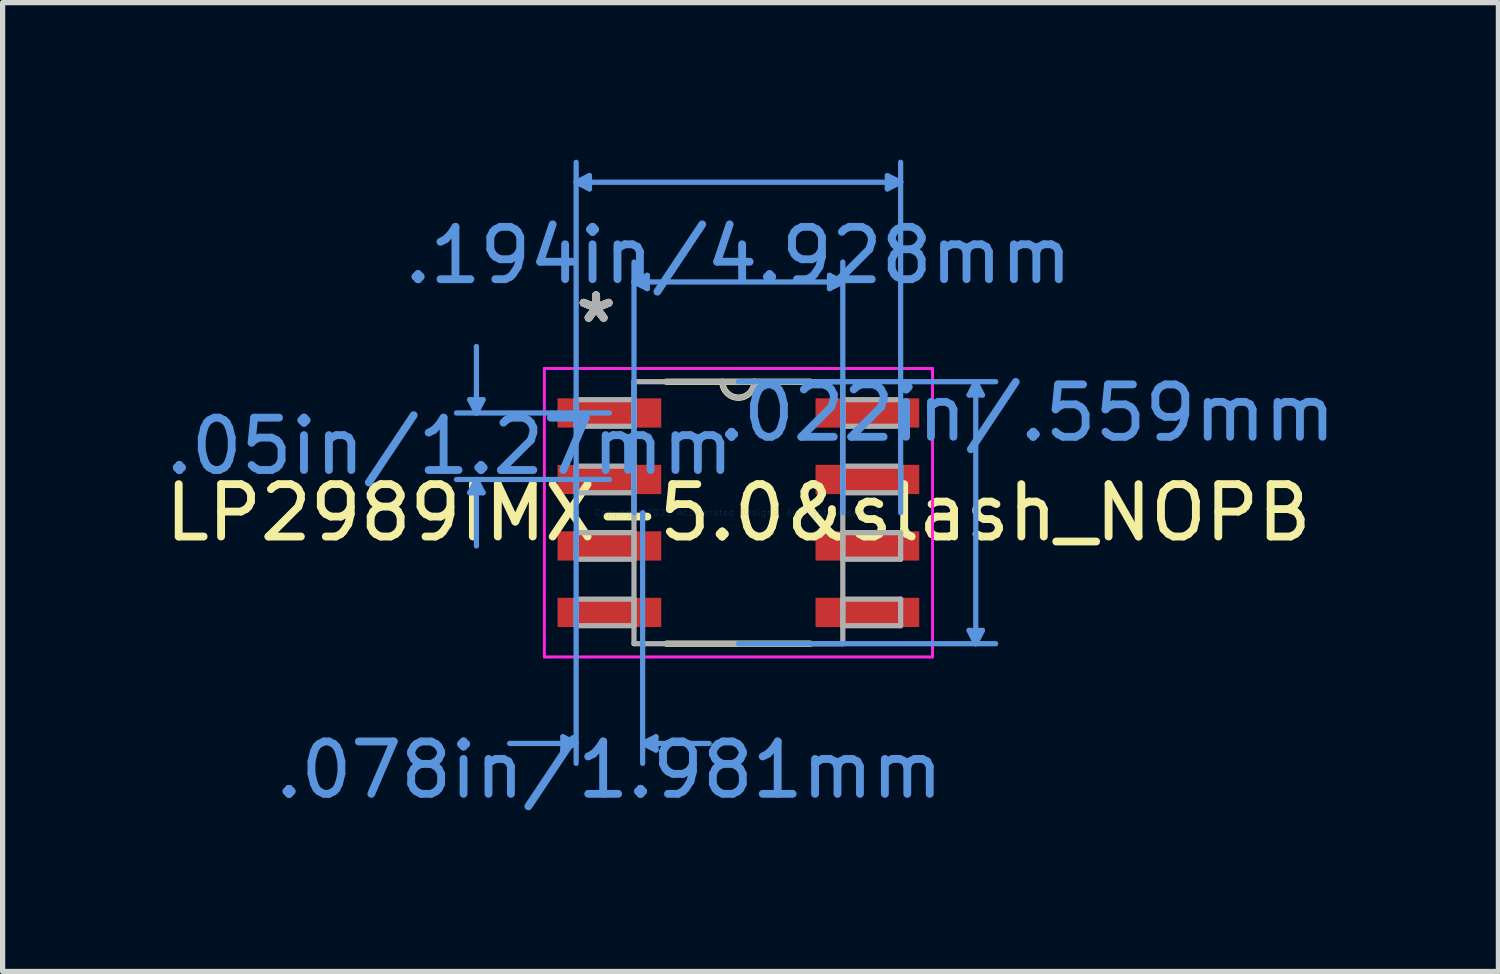
<source format=kicad_pcb>
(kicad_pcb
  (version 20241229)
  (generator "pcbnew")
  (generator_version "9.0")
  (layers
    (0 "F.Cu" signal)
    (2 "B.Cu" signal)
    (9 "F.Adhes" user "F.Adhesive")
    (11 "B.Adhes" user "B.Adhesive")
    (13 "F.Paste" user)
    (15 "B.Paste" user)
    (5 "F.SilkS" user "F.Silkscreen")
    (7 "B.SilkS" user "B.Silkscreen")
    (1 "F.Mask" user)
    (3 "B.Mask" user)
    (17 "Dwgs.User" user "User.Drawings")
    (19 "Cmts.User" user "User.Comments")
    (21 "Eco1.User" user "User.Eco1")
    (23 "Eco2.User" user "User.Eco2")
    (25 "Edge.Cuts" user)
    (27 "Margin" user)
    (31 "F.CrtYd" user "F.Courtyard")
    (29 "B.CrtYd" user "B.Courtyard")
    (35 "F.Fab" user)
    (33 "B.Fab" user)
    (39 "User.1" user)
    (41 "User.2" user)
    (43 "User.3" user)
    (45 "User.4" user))
  (footprint "LP2989IMX-5.0&slash_NOPB"
    (layer "F.Cu")
    (at 11.054 6.743)
    (property "Reference" "LP2989IMX-5.0&slash_NOPB" (at 0 0 0) (layer "F.SilkS") (effects (font (size 1 1) (thickness 0.15))))
    (attr through_hole)
    (fp_line (start -1.374 2.502) (end 1.374 2.502) (stroke (width 0.12) (type solid)) (layer "F.SilkS"))
    (fp_line (start 1.374 -2.502) (end -1.374 -2.502) (stroke (width 0.12) (type solid)) (layer "F.SilkS"))
    (fp_arc (start 0.3048 -2.5019) (mid 0 -2.1971) (end -0.3048 -2.5019) (stroke (width 0.12) (type solid)) (layer "F.SilkS"))
    (fp_line (start -5.131 -2.159) (end -4.877 -2.159) (stroke (width 0.1) (type solid)) (layer "Cmts.User"))
    (fp_line (start -5.131 -0.381) (end -4.877 -0.381) (stroke (width 0.1) (type solid)) (layer "Cmts.User"))
    (fp_line (start -5.004 -1.905) (end -5.131 -2.159) (stroke (width 0.1) (type solid)) (layer "Cmts.User"))
    (fp_line (start -5.004 -1.905) (end -5.004 -3.175) (stroke (width 0.1) (type solid)) (layer "Cmts.User"))
    (fp_line (start -5.004 -1.905) (end -4.877 -2.159) (stroke (width 0.1) (type solid)) (layer "Cmts.User"))
    (fp_line (start -5.004 -0.635) (end -5.131 -0.381) (stroke (width 0.1) (type solid)) (layer "Cmts.User"))
    (fp_line (start -5.004 -0.635) (end -5.004 0.635) (stroke (width 0.1) (type solid)) (layer "Cmts.User"))
    (fp_line (start -5.004 -0.635) (end -4.877 -0.381) (stroke (width 0.1) (type solid)) (layer "Cmts.User"))
    (fp_line (start -3.353 4.28) (end -3.353 4.534) (stroke (width 0.1) (type solid)) (layer "Cmts.User"))
    (fp_line (start -3.099 -6.312) (end -2.845 -6.439) (stroke (width 0.1) (type solid)) (layer "Cmts.User"))
    (fp_line (start -3.099 -6.312) (end -2.845 -6.185) (stroke (width 0.1) (type solid)) (layer "Cmts.User"))
    (fp_line (start -3.099 -6.312) (end 3.099 -6.312) (stroke (width 0.1) (type solid)) (layer "Cmts.User"))
    (fp_line (start -3.099 0) (end -3.099 -6.693) (stroke (width 0.1) (type solid)) (layer "Cmts.User"))
    (fp_line (start -3.099 0) (end -3.099 4.788) (stroke (width 0.1) (type solid)) (layer "Cmts.User"))
    (fp_line (start -3.099 4.407) (end -4.369 4.407) (stroke (width 0.1) (type solid)) (layer "Cmts.User"))
    (fp_line (start -3.099 4.407) (end -3.353 4.28) (stroke (width 0.1) (type solid)) (layer "Cmts.User"))
    (fp_line (start -3.099 4.407) (end -3.353 4.534) (stroke (width 0.1) (type solid)) (layer "Cmts.User"))
    (fp_line (start -2.845 -6.439) (end -2.845 -6.185) (stroke (width 0.1) (type solid)) (layer "Cmts.User"))
    (fp_line (start -2.464 -1.905) (end -5.385 -1.905) (stroke (width 0.1) (type solid)) (layer "Cmts.User"))
    (fp_line (start -2.464 -0.635) (end -5.385 -0.635) (stroke (width 0.1) (type solid)) (layer "Cmts.User"))
    (fp_line (start -1.994 -4.407) (end -1.74 -4.534) (stroke (width 0.1) (type solid)) (layer "Cmts.User"))
    (fp_line (start -1.994 -4.407) (end -1.74 -4.28) (stroke (width 0.1) (type solid)) (layer "Cmts.User"))
    (fp_line (start -1.994 -4.407) (end 1.994 -4.407) (stroke (width 0.1) (type solid)) (layer "Cmts.User"))
    (fp_line (start -1.994 0) (end -1.994 -4.788) (stroke (width 0.1) (type solid)) (layer "Cmts.User"))
    (fp_line (start -1.829 0) (end -1.829 4.788) (stroke (width 0.1) (type solid)) (layer "Cmts.User"))
    (fp_line (start -1.829 4.407) (end -1.575 4.28) (stroke (width 0.1) (type solid)) (layer "Cmts.User"))
    (fp_line (start -1.829 4.407) (end -1.575 4.534) (stroke (width 0.1) (type solid)) (layer "Cmts.User"))
    (fp_line (start -1.829 4.407) (end -0.559 4.407) (stroke (width 0.1) (type solid)) (layer "Cmts.User"))
    (fp_line (start -1.74 -4.534) (end -1.74 -4.28) (stroke (width 0.1) (type solid)) (layer "Cmts.User"))
    (fp_line (start -1.575 4.28) (end -1.575 4.534) (stroke (width 0.1) (type solid)) (layer "Cmts.User"))
    (fp_line (start 0 -2.502) (end 4.915 -2.502) (stroke (width 0.1) (type solid)) (layer "Cmts.User"))
    (fp_line (start 0 2.502) (end 4.915 2.502) (stroke (width 0.1) (type solid)) (layer "Cmts.User"))
    (fp_line (start 1.74 -4.534) (end 1.74 -4.28) (stroke (width 0.1) (type solid)) (layer "Cmts.User"))
    (fp_line (start 1.994 -4.407) (end 1.74 -4.534) (stroke (width 0.1) (type solid)) (layer "Cmts.User"))
    (fp_line (start 1.994 -4.407) (end 1.74 -4.28) (stroke (width 0.1) (type solid)) (layer "Cmts.User"))
    (fp_line (start 1.994 0) (end 1.994 -4.788) (stroke (width 0.1) (type solid)) (layer "Cmts.User"))
    (fp_line (start 2.845 -6.439) (end 2.845 -6.185) (stroke (width 0.1) (type solid)) (layer "Cmts.User"))
    (fp_line (start 3.099 -6.312) (end 2.845 -6.439) (stroke (width 0.1) (type solid)) (layer "Cmts.User"))
    (fp_line (start 3.099 -6.312) (end 2.845 -6.185) (stroke (width 0.1) (type solid)) (layer "Cmts.User"))
    (fp_line (start 3.099 0) (end 3.099 -6.693) (stroke (width 0.1) (type solid)) (layer "Cmts.User"))
    (fp_line (start 4.407 -2.248) (end 4.661 -2.248) (stroke (width 0.1) (type solid)) (layer "Cmts.User"))
    (fp_line (start 4.407 2.248) (end 4.661 2.248) (stroke (width 0.1) (type solid)) (layer "Cmts.User"))
    (fp_line (start 4.534 -2.502) (end 4.407 -2.248) (stroke (width 0.1) (type solid)) (layer "Cmts.User"))
    (fp_line (start 4.534 -2.502) (end 4.534 2.502) (stroke (width 0.1) (type solid)) (layer "Cmts.User"))
    (fp_line (start 4.534 -2.502) (end 4.661 -2.248) (stroke (width 0.1) (type solid)) (layer "Cmts.User"))
    (fp_line (start 4.534 2.502) (end 4.407 2.248) (stroke (width 0.1) (type solid)) (layer "Cmts.User"))
    (fp_line (start 4.534 2.502) (end 4.661 2.248) (stroke (width 0.1) (type solid)) (layer "Cmts.User"))
    (fp_line (start -3.708 -2.756) (end 3.708 -2.756) (stroke (width 0.05) (type solid)) (layer "F.CrtYd"))
    (fp_line (start -3.708 -2.756) (end 3.708 -2.756) (stroke (width 0.05) (type solid)) (layer "F.CrtYd"))
    (fp_line (start -3.708 2.756) (end -3.708 -2.756) (stroke (width 0.05) (type solid)) (layer "F.CrtYd"))
    (fp_line (start -3.708 2.756) (end -3.708 -2.756) (stroke (width 0.05) (type solid)) (layer "F.CrtYd"))
    (fp_line (start 3.708 -2.756) (end 3.708 2.756) (stroke (width 0.05) (type solid)) (layer "F.CrtYd"))
    (fp_line (start 3.708 -2.756) (end 3.708 2.756) (stroke (width 0.05) (type solid)) (layer "F.CrtYd"))
    (fp_line (start 3.708 2.756) (end -3.708 2.756) (stroke (width 0.05) (type solid)) (layer "F.CrtYd"))
    (fp_line (start 3.708 2.756) (end -3.708 2.756) (stroke (width 0.05) (type solid)) (layer "F.CrtYd"))
    (fp_line (start -3.099 -2.159) (end -3.099 -1.651) (stroke (width 0.1) (type solid)) (layer "F.Fab"))
    (fp_line (start -3.099 -1.651) (end -1.994 -1.651) (stroke (width 0.1) (type solid)) (layer "F.Fab"))
    (fp_line (start -3.099 -0.889) (end -3.099 -0.381) (stroke (width 0.1) (type solid)) (layer "F.Fab"))
    (fp_line (start -3.099 -0.381) (end -1.994 -0.381) (stroke (width 0.1) (type solid)) (layer "F.Fab"))
    (fp_line (start -3.099 0.381) (end -3.099 0.889) (stroke (width 0.1) (type solid)) (layer "F.Fab"))
    (fp_line (start -3.099 0.889) (end -1.994 0.889) (stroke (width 0.1) (type solid)) (layer "F.Fab"))
    (fp_line (start -3.099 1.651) (end -3.099 2.159) (stroke (width 0.1) (type solid)) (layer "F.Fab"))
    (fp_line (start -3.099 2.159) (end -1.994 2.159) (stroke (width 0.1) (type solid)) (layer "F.Fab"))
    (fp_line (start -1.994 -2.502) (end -1.994 2.502) (stroke (width 0.1) (type solid)) (layer "F.Fab"))
    (fp_line (start -1.994 -2.159) (end -3.099 -2.159) (stroke (width 0.1) (type solid)) (layer "F.Fab"))
    (fp_line (start -1.994 -1.651) (end -1.994 -2.159) (stroke (width 0.1) (type solid)) (layer "F.Fab"))
    (fp_line (start -1.994 -0.889) (end -3.099 -0.889) (stroke (width 0.1) (type solid)) (layer "F.Fab"))
    (fp_line (start -1.994 -0.381) (end -1.994 -0.889) (stroke (width 0.1) (type solid)) (layer "F.Fab"))
    (fp_line (start -1.994 0.381) (end -3.099 0.381) (stroke (width 0.1) (type solid)) (layer "F.Fab"))
    (fp_line (start -1.994 0.889) (end -1.994 0.381) (stroke (width 0.1) (type solid)) (layer "F.Fab"))
    (fp_line (start -1.994 1.651) (end -3.099 1.651) (stroke (width 0.1) (type solid)) (layer "F.Fab"))
    (fp_line (start -1.994 2.159) (end -1.994 1.651) (stroke (width 0.1) (type solid)) (layer "F.Fab"))
    (fp_line (start -1.994 2.502) (end 1.994 2.502) (stroke (width 0.1) (type solid)) (layer "F.Fab"))
    (fp_line (start 1.994 -2.502) (end -1.994 -2.502) (stroke (width 0.1) (type solid)) (layer "F.Fab"))
    (fp_line (start 1.994 -2.159) (end 1.994 -1.651) (stroke (width 0.1) (type solid)) (layer "F.Fab"))
    (fp_line (start 1.994 -1.651) (end 3.099 -1.651) (stroke (width 0.1) (type solid)) (layer "F.Fab"))
    (fp_line (start 1.994 -0.889) (end 1.994 -0.381) (stroke (width 0.1) (type solid)) (layer "F.Fab"))
    (fp_line (start 1.994 -0.381) (end 3.099 -0.381) (stroke (width 0.1) (type solid)) (layer "F.Fab"))
    (fp_line (start 1.994 0.381) (end 1.994 0.889) (stroke (width 0.1) (type solid)) (layer "F.Fab"))
    (fp_line (start 1.994 0.889) (end 3.099 0.889) (stroke (width 0.1) (type solid)) (layer "F.Fab"))
    (fp_line (start 1.994 1.651) (end 1.994 2.159) (stroke (width 0.1) (type solid)) (layer "F.Fab"))
    (fp_line (start 1.994 2.159) (end 3.099 2.159) (stroke (width 0.1) (type solid)) (layer "F.Fab"))
    (fp_line (start 1.994 2.502) (end 1.994 -2.502) (stroke (width 0.1) (type solid)) (layer "F.Fab"))
    (fp_line (start 3.099 -2.159) (end 1.994 -2.159) (stroke (width 0.1) (type solid)) (layer "F.Fab"))
    (fp_line (start 3.099 -1.651) (end 3.099 -2.159) (stroke (width 0.1) (type solid)) (layer "F.Fab"))
    (fp_line (start 3.099 -0.889) (end 1.994 -0.889) (stroke (width 0.1) (type solid)) (layer "F.Fab"))
    (fp_line (start 3.099 -0.381) (end 3.099 -0.889) (stroke (width 0.1) (type solid)) (layer "F.Fab"))
    (fp_line (start 3.099 0.381) (end 1.994 0.381) (stroke (width 0.1) (type solid)) (layer "F.Fab"))
    (fp_line (start 3.099 0.889) (end 3.099 0.381) (stroke (width 0.1) (type solid)) (layer "F.Fab"))
    (fp_line (start 3.099 1.651) (end 1.994 1.651) (stroke (width 0.1) (type solid)) (layer "F.Fab"))
    (fp_line (start 3.099 2.159) (end 3.099 1.651) (stroke (width 0.1) (type solid)) (layer "F.Fab"))
    (fp_arc (start 0.3048 -2.5019) (mid 0 -2.1971) (end -0.3048 -2.5019) (stroke (width 0.1) (type solid)) (layer "F.Fab"))
    (fp_text user "*" (at -2.718 -3.607 0) (layer "F.SilkS") (effects (font (size 1 1) (thickness 0.15))))
    (fp_text user "*" (at -2.718 -3.607 0) (layer "F.SilkS") (effects (font (size 1 1) (thickness 0.15))))
    (fp_text user ".05in/1.27mm" (at -5.512 -1.27 0) (layer "Cmts.User") (effects (font (size 1 1) (thickness 0.15))))
    (fp_text user ".194in/4.928mm" (at 0 -4.915 0) (layer "Cmts.User") (effects (font (size 1 1) (thickness 0.15))))
    (fp_text user "Copyright 2021 Accelerated Designs. All rights reserved." (at 0 0 0) (layer "Cmts.User") (effects (font (size 0.127 0.127) (thickness 0.002))))
    (fp_text user ".022in/.559mm" (at 5.512 -1.905 0) (layer "Cmts.User") (effects (font (size 1 1) (thickness 0.15))))
    (fp_text user ".078in/1.981mm" (at -2.464 4.915 0) (layer "Cmts.User") (effects (font (size 1 1) (thickness 0.15))))
    (fp_text user "*" (at -2.718 -3.607 0) (layer "F.Fab") (effects (font (size 1 1) (thickness 0.15))))
    (fp_text user "*" (at -2.718 -3.607 0) (layer "F.Fab") (effects (font (size 1 1) (thickness 0.15))))
    (pad "1" smd rect (at -2.464 -1.905) (size 1.981 0.559) (layers "F.Cu" "F.Mask" "F.Paste"))
    (pad "2" smd rect (at -2.464 -0.635) (size 1.981 0.559) (layers "F.Cu" "F.Mask" "F.Paste"))
    (pad "3" smd rect (at -2.464 0.635) (size 1.981 0.559) (layers "F.Cu" "F.Mask" "F.Paste"))
    (pad "4" smd rect (at -2.464 1.905) (size 1.981 0.559) (layers "F.Cu" "F.Mask" "F.Paste"))
    (pad "5" smd rect (at 2.464 1.905) (size 1.981 0.559) (layers "F.Cu" "F.Mask" "F.Paste"))
    (pad "6" smd rect (at 2.464 0.635) (size 1.981 0.559) (layers "F.Cu" "F.Mask" "F.Paste"))
    (pad "7" smd rect (at 2.464 -0.635) (size 1.981 0.559) (layers "F.Cu" "F.Mask" "F.Paste"))
    (pad "8" smd rect (at 2.464 -1.905) (size 1.981 0.559) (layers "F.Cu" "F.Mask" "F.Paste")))
  (gr_rect
    (start -3 -3)
    (end 25.571 15.506)
    (stroke (width 0.1) (type default))
    (fill no)
    (layer "Edge.Cuts")))
</source>
